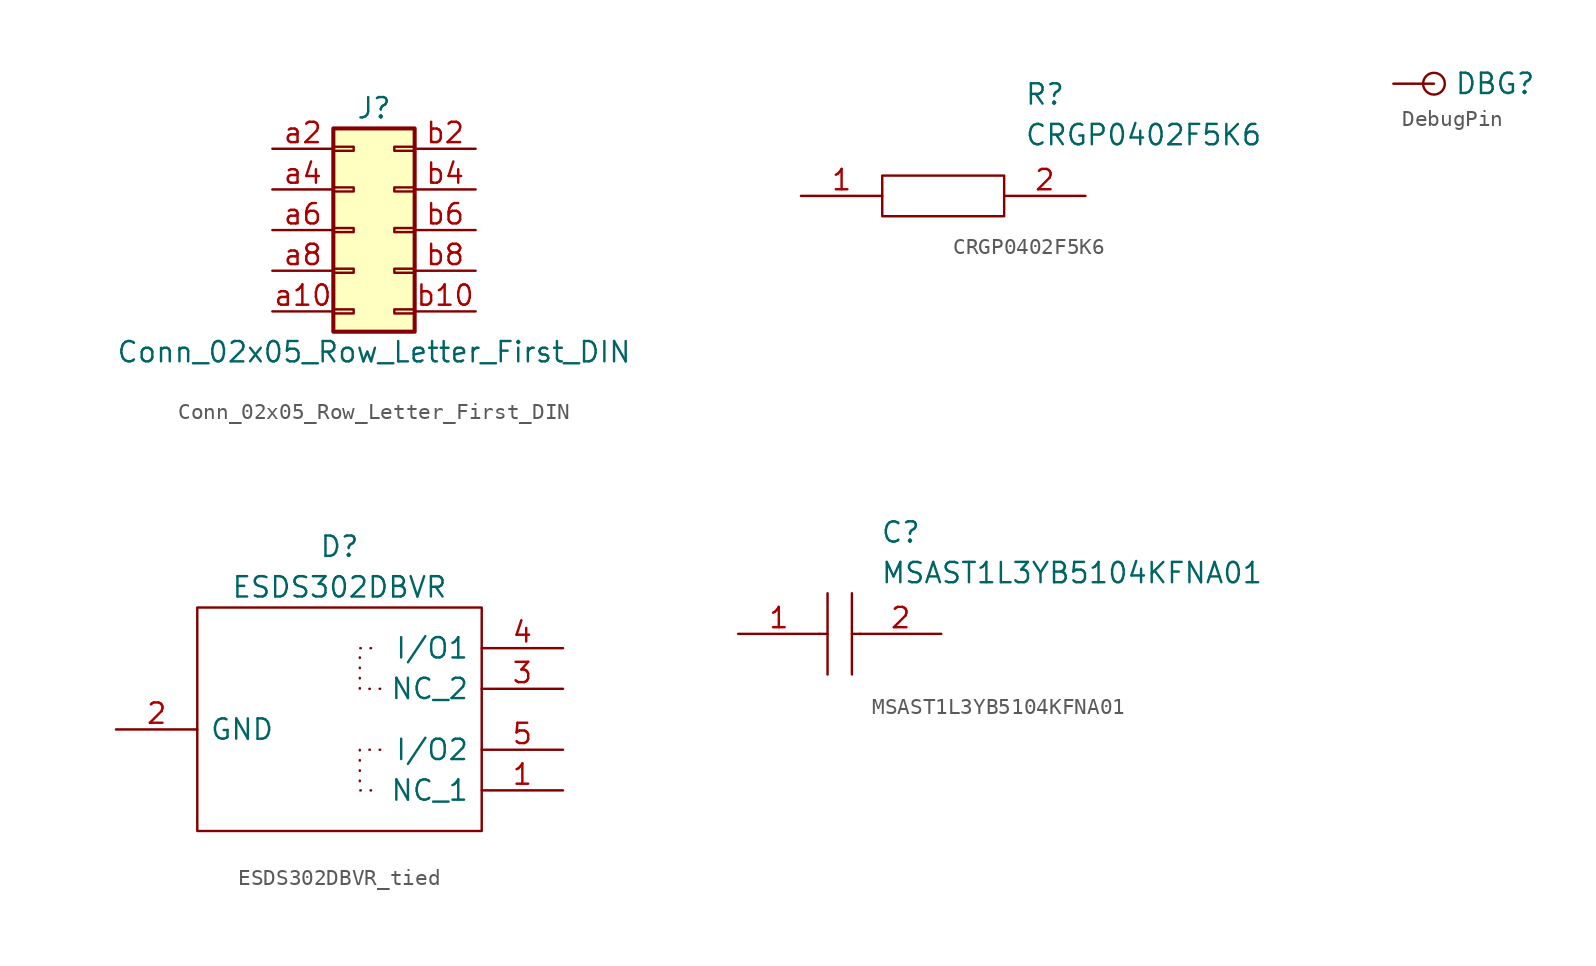
<source format=kicad_sym>
(kicad_symbol_lib
  (version 20231120)
  (generator "kicad_symbol_editor")
  (generator_version "8.0")
  (symbol "Conn_02x05_Row_Letter_First_DIN"
    (pin_names
      (offset 1.016) hide)
    (property "Reference" "J"
      (at 1.27 7.62 0)
      (effects (font (size 1.27 1.27))))
    (property "Value" "Conn_02x05_Row_Letter_First_DIN"
      (at 1.27 -7.62 0)
      (effects (font (size 1.27 1.27))))
    (symbol "Conn_02x05_Row_Letter_First_DIN_1_1"
      (rectangle (start -1.27 -4.953) (end 0 -5.207) (stroke (width 0.152) (type solid)) (fill (type none)))
      (rectangle (start -1.27 -2.413) (end 0 -2.667) (stroke (width 0.152) (type solid)) (fill (type none)))
      (rectangle (start -1.27 0.127) (end 0 -0.127) (stroke (width 0.152) (type solid)) (fill (type none)))
      (rectangle (start -1.27 2.667) (end 0 2.413) (stroke (width 0.152) (type solid)) (fill (type none)))
      (rectangle (start -1.27 5.207) (end 0 4.953) (stroke (width 0.152) (type solid)) (fill (type none)))
      (rectangle (start -1.27 6.35) (end 3.81 -6.35) (stroke (width 0.254) (type solid)) (fill (type background)))
      (rectangle (start 3.81 -4.953) (end 2.54 -5.207) (stroke (width 0.152) (type solid)) (fill (type none)))
      (rectangle (start 3.81 -2.413) (end 2.54 -2.667) (stroke (width 0.152) (type solid)) (fill (type none)))
      (rectangle (start 3.81 0.127) (end 2.54 -0.127) (stroke (width 0.152) (type solid)) (fill (type none)))
      (rectangle (start 3.81 2.667) (end 2.54 2.413) (stroke (width 0.152) (type solid)) (fill (type none)))
      (rectangle (start 3.81 5.207) (end 2.54 4.953) (stroke (width 0.152) (type solid)) (fill (type none)))
      (pin passive line (at -5.08 -5.08 0) (length 3.81) (name "Pin_a10" (effects (font (size 1.27 1.27)))) (number "a10" (effects (font (size 1.27 1.27)))))
      (pin passive line (at -5.08 5.08 0) (length 3.81) (name "Pin_a2" (effects (font (size 1.27 1.27)))) (number "a2" (effects (font (size 1.27 1.27)))))
      (pin passive line (at -5.08 2.54 0) (length 3.81) (name "Pin_a4" (effects (font (size 1.27 1.27)))) (number "a4" (effects (font (size 1.27 1.27)))))
      (pin passive line (at -5.08 0 0) (length 3.81) (name "Pin_a6" (effects (font (size 1.27 1.27)))) (number "a6" (effects (font (size 1.27 1.27)))))
      (pin passive line (at -5.08 -2.54 0) (length 3.81) (name "Pin_a8" (effects (font (size 1.27 1.27)))) (number "a8" (effects (font (size 1.27 1.27)))))
      (pin passive line (at 7.62 -5.08 180) (length 3.81) (name "Pin_b10" (effects (font (size 1.27 1.27)))) (number "b10" (effects (font (size 1.27 1.27)))))
      (pin passive line (at 7.62 5.08 180) (length 3.81) (name "Pin_b2" (effects (font (size 1.27 1.27)))) (number "b2" (effects (font (size 1.27 1.27)))))
      (pin passive line (at 7.62 2.54 180) (length 3.81) (name "Pin_b4" (effects (font (size 1.27 1.27)))) (number "b4" (effects (font (size 1.27 1.27)))))
      (pin passive line (at 7.62 0 180) (length 3.81) (name "Pin_b6" (effects (font (size 1.27 1.27)))) (number "b6" (effects (font (size 1.27 1.27)))))
      (pin passive line (at 7.62 -2.54 180) (length 3.81) (name "Pin_b8" (effects (font (size 1.27 1.27)))) (number "b8" (effects (font (size 1.27 1.27)))))))
  (symbol "CRGP0402F5K6"
    (pin_names
      (offset 0.762))
    (property "Reference" "R"
      (at 13.97 6.35 0)
      (effects (font (size 1.27 1.27)) (justify left)))
    (property "Value" "CRGP0402F5K6"
      (at 13.97 3.81 0)
      (effects (font (size 1.27 1.27)) (justify left)))
    (symbol "CRGP0402F5K6_0_0"
      (pin passive line (at 0 0 0) (length 5.08) (name "~" (effects (font (size 1.27 1.27)))) (number "1" (effects (font (size 1.27 1.27)))))
      (pin passive line (at 17.78 0 180) (length 5.08) (name "~" (effects (font (size 1.27 1.27)))) (number "2" (effects (font (size 1.27 1.27))))))
    (symbol "CRGP0402F5K6_0_1"
      (polyline (pts (xy 5.08 1.27) (xy 12.7 1.27) (xy 12.7 -1.27) (xy 5.08 -1.27) (xy 5.08 1.27)) (stroke (width 0.152) (type solid)) (fill (type none)))))
  (symbol "DebugPin"
    (pin_numbers hide)
    (pin_names
      (offset 0) hide)
    (property "Reference" "DBG"
      (at 3.81 0 0)
      (effects (font (size 1.27 1.27)) (justify left)))
    (symbol "DebugPin_0_1"
      (circle (center 2.54 0) (radius 0.679) (stroke (width 0) (type default)) (fill (type none))))
    (symbol "DebugPin_1_1"
      (pin passive line (at 0 0 0) (length 2.54) (name "" (effects (font (size 0 0)))) (number "1" (effects (font (size 0 0)))))))
  (symbol "ESDS302DBVR_tied"
    (pin_names
      (offset 0.762))
    (property "Reference" "D"
      (at 13.97 3.81 0)
      (effects (font (size 1.27 1.27))))
    (property "Value" "ESDS302DBVR"
      (at 13.97 1.27 0)
      (effects (font (size 1.27 1.27))))
    (symbol "ESDS302DBVR_tied_0_0"
      (pin passive line (at 27.94 -11.43 180) (length 5.08) (name "NC_1" (effects (font (size 1.27 1.27)))) (number "1" (effects (font (size 1.27 1.27)))))
      (pin passive line (at 0 -7.62 0) (length 5.08) (name "GND" (effects (font (size 1.27 1.27)))) (number "2" (effects (font (size 1.27 1.27)))))
      (pin passive line (at 27.94 -5.08 180) (length 5.08) (name "NC_2" (effects (font (size 1.27 1.27)))) (number "3" (effects (font (size 1.27 1.27)))))
      (pin passive line (at 27.94 -2.54 180) (length 5.08) (name "I/O1" (effects (font (size 1.27 1.27)))) (number "4" (effects (font (size 1.27 1.27)))))
      (pin passive line (at 27.94 -8.89 180) (length 5.08) (name "I/O2" (effects (font (size 1.27 1.27)))) (number "5" (effects (font (size 1.27 1.27))))))
    (symbol "ESDS302DBVR_tied_0_1"
      (polyline (pts (xy 16.51 -8.89) (xy 15.24 -8.89) (xy 15.24 -11.43) (xy 16.51 -11.43)) (stroke (width 0) (type dot)) (fill (type none)))
      (polyline (pts (xy 16.51 -5.08) (xy 15.24 -5.08) (xy 15.24 -2.54) (xy 16.51 -2.54)) (stroke (width 0) (type dot)) (fill (type none)))
      (polyline (pts (xy 5.08 0) (xy 22.86 0) (xy 22.86 -13.97) (xy 5.08 -13.97) (xy 5.08 0)) (stroke (width 0.152) (type solid)) (fill (type none)))))
  (symbol "MSAST1L3YB5104KFNA01"
    (pin_names
      (offset 0.762))
    (property "Reference" "C"
      (at 8.89 6.35 0)
      (effects (font (size 1.27 1.27)) (justify left)))
    (property "Value" "MSAST1L3YB5104KFNA01"
      (at 8.89 3.81 0)
      (effects (font (size 1.27 1.27)) (justify left)))
    (symbol "MSAST1L3YB5104KFNA01_0_0"
      (pin passive line (at 0 0 0) (length 5.08) (name "~" (effects (font (size 1.27 1.27)))) (number "1" (effects (font (size 1.27 1.27)))))
      (pin passive line (at 12.7 0 180) (length 5.08) (name "~" (effects (font (size 1.27 1.27)))) (number "2" (effects (font (size 1.27 1.27))))))
    (symbol "MSAST1L3YB5104KFNA01_0_1"
      (polyline (pts (xy 5.08 0) (xy 5.588 0)) (stroke (width 0.152) (type solid)) (fill (type none)))
      (polyline (pts (xy 5.588 2.54) (xy 5.588 -2.54)) (stroke (width 0.152) (type solid)) (fill (type none)))
      (polyline (pts (xy 7.112 0) (xy 7.62 0)) (stroke (width 0.152) (type solid)) (fill (type none)))
      (polyline (pts (xy 7.112 2.54) (xy 7.112 -2.54)) (stroke (width 0.152) (type solid)) (fill (type none))))))
</source>
